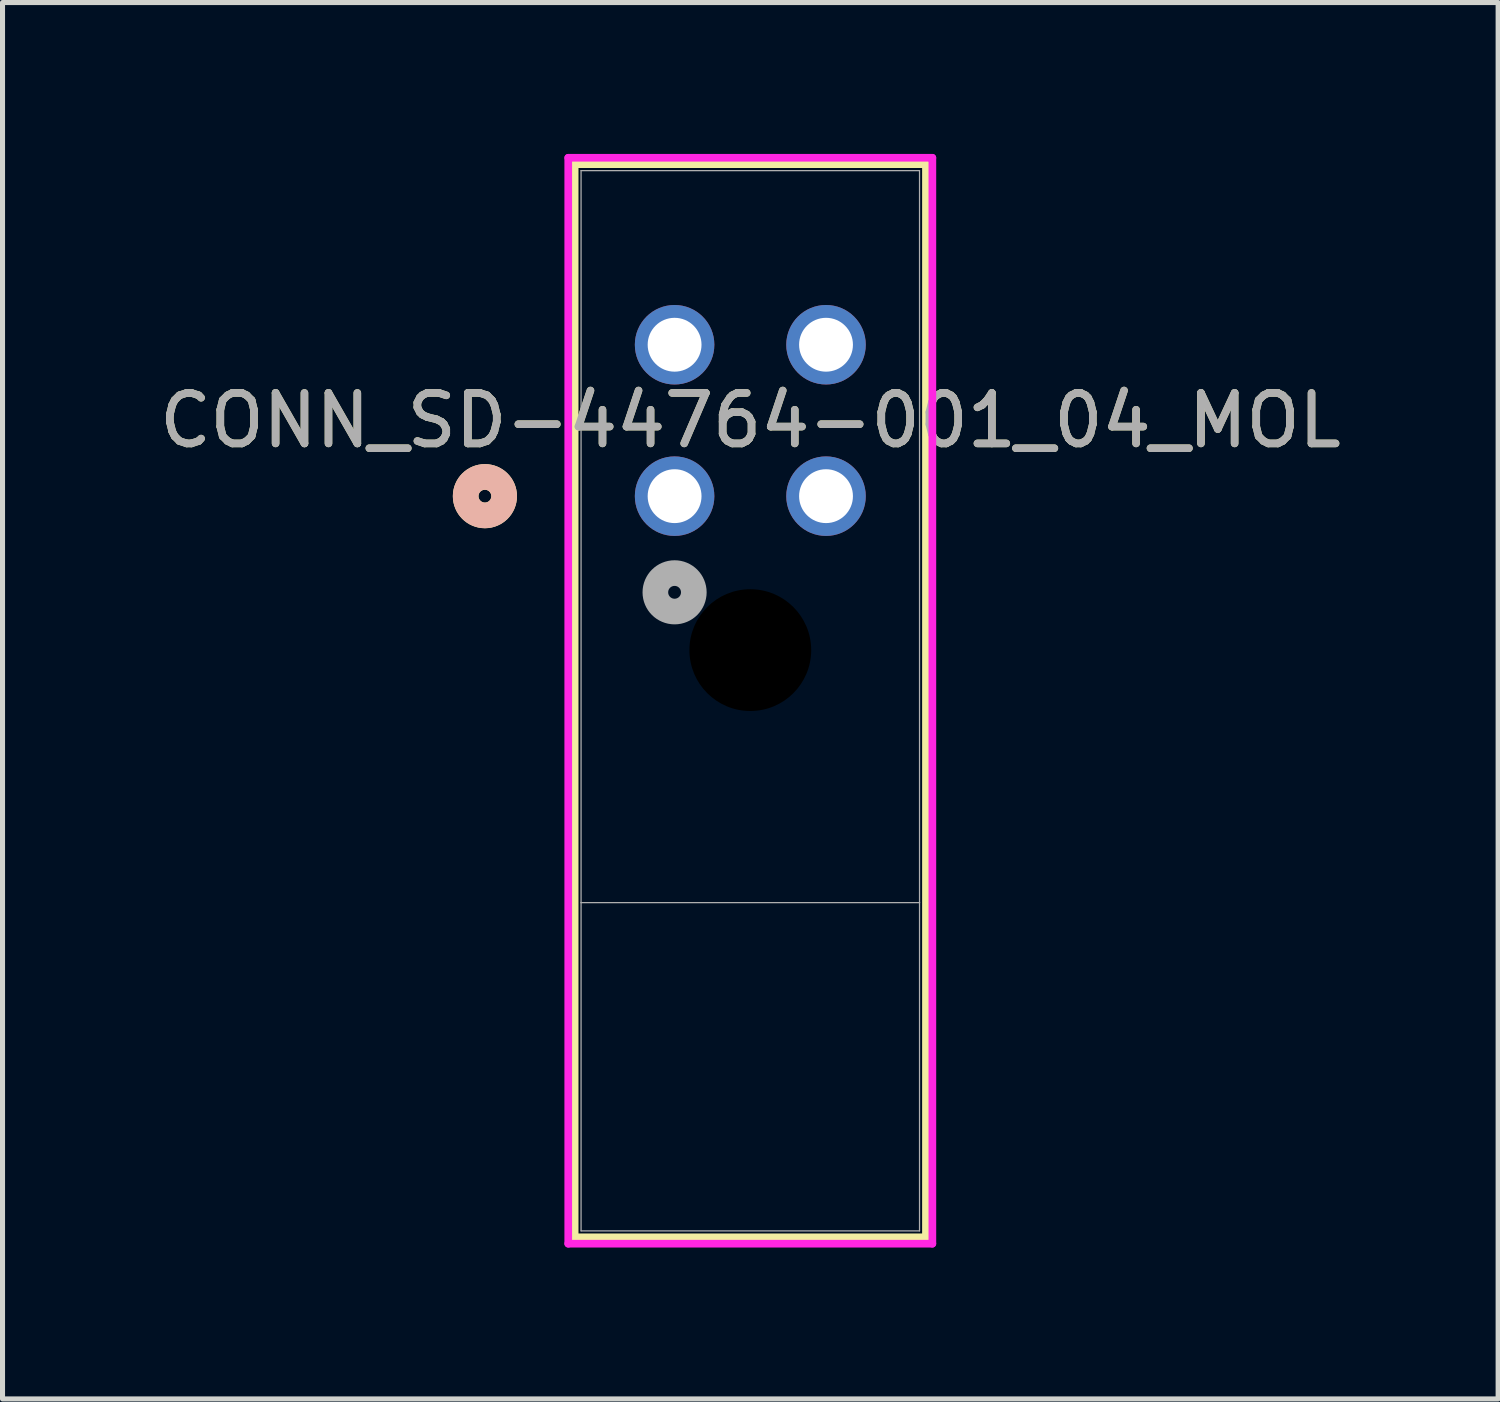
<source format=kicad_pcb>
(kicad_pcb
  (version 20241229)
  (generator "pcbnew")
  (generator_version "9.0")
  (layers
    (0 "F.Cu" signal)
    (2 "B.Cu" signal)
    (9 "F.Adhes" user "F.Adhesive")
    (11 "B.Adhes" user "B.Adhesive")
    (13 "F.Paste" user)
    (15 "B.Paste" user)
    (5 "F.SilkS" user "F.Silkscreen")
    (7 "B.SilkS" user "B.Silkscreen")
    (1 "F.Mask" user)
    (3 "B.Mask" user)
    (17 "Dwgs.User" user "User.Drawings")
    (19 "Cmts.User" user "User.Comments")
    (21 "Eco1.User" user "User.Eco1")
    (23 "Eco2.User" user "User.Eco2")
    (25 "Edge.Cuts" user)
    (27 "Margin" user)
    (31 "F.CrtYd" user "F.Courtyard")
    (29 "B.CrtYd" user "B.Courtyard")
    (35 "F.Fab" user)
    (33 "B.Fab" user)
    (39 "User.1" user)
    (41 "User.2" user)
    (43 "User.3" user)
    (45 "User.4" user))
  (footprint "CONN_SD-44764-001_04_MOL"
    (layer "F.Cu")
    (at 10.315 6.78)
    (property "Reference" "CONN_SD-44764-001_04_MOL" (at 1.5 -1.5 0) (unlocked yes) (layer "F.SilkS") (effects (font (size 1 1) (thickness 0.15))))
    (attr through_hole)
    (fp_line (start -1.98 -6.577) (end -1.98 14.683) (stroke (width 0.152) (type solid)) (layer "F.SilkS"))
    (fp_line (start -1.98 14.683) (end 4.98 14.683) (stroke (width 0.152) (type solid)) (layer "F.SilkS"))
    (fp_line (start 4.98 -6.577) (end -1.98 -6.577) (stroke (width 0.152) (type solid)) (layer "F.SilkS"))
    (fp_line (start 4.98 14.683) (end 4.98 -6.577) (stroke (width 0.152) (type solid)) (layer "F.SilkS"))
    (fp_circle (center -3.758 0) (end -3.377 0) (stroke (width 0.508) (type solid)) (fill no) (layer "F.SilkS"))
    (fp_circle (center -3.758 0) (end -3.377 0) (stroke (width 0.508) (type solid)) (fill no) (layer "B.SilkS"))
    (fp_line (start -2.107 -6.704) (end -2.107 14.81) (stroke (width 0.152) (type solid)) (layer "F.CrtYd"))
    (fp_line (start -2.107 14.81) (end 5.107 14.81) (stroke (width 0.152) (type solid)) (layer "F.CrtYd"))
    (fp_line (start 5.107 -6.704) (end -2.107 -6.704) (stroke (width 0.152) (type solid)) (layer "F.CrtYd"))
    (fp_line (start 5.107 14.81) (end 5.107 -6.704) (stroke (width 0.152) (type solid)) (layer "F.CrtYd"))
    (fp_line (start -1.853 -6.45) (end -1.853 8.053) (stroke (width 0.025) (type solid)) (layer "F.Fab"))
    (fp_line (start -1.853 8.053) (end -1.853 14.556) (stroke (width 0.025) (type solid)) (layer "F.Fab"))
    (fp_line (start -1.853 8.053) (end 4.853 8.053) (stroke (width 0.025) (type solid)) (layer "F.Fab"))
    (fp_line (start -1.853 14.556) (end 4.853 14.556) (stroke (width 0.025) (type solid)) (layer "F.Fab"))
    (fp_line (start 4.853 -6.45) (end -1.853 -6.45) (stroke (width 0.025) (type solid)) (layer "F.Fab"))
    (fp_line (start 4.853 8.053) (end 4.853 -6.45) (stroke (width 0.025) (type solid)) (layer "F.Fab"))
    (fp_line (start 4.853 14.556) (end 4.853 8.053) (stroke (width 0.025) (type solid)) (layer "F.Fab"))
    (fp_circle (center 0 1.905) (end 0.381 1.905) (stroke (width 0.508) (type solid)) (fill no) (layer "F.Fab"))
    (fp_text user "${REFERENCE}" (at 1.5 -1.5 0) (unlocked yes) (layer "F.Fab") (effects (font (size 1 1) (thickness 0.15))))
    (pad "" np_thru_hole circle (at 1.5 3.05) (size 2.413 2.413) (drill 2.413) (layers))
    (pad "1" thru_hole circle (at 0 0) (size 1.575 1.575) (drill 1.067) (layers "*.Cu" "*.Mask"))
    (pad "2" thru_hole circle (at 3 0) (size 1.575 1.575) (drill 1.067) (layers "*.Cu" "*.Mask"))
    (pad "3" thru_hole circle (at 0 -3) (size 1.575 1.575) (drill 1.067) (layers "*.Cu" "*.Mask"))
    (pad "4" thru_hole circle (at 3 -3) (size 1.575 1.575) (drill 1.067) (layers "*.Cu" "*.Mask")))
  (gr_rect
    (start -3 -3)
    (end 26.631 24.666)
    (stroke (width 0.1) (type default))
    (fill no)
    (layer "Edge.Cuts")))
</source>
